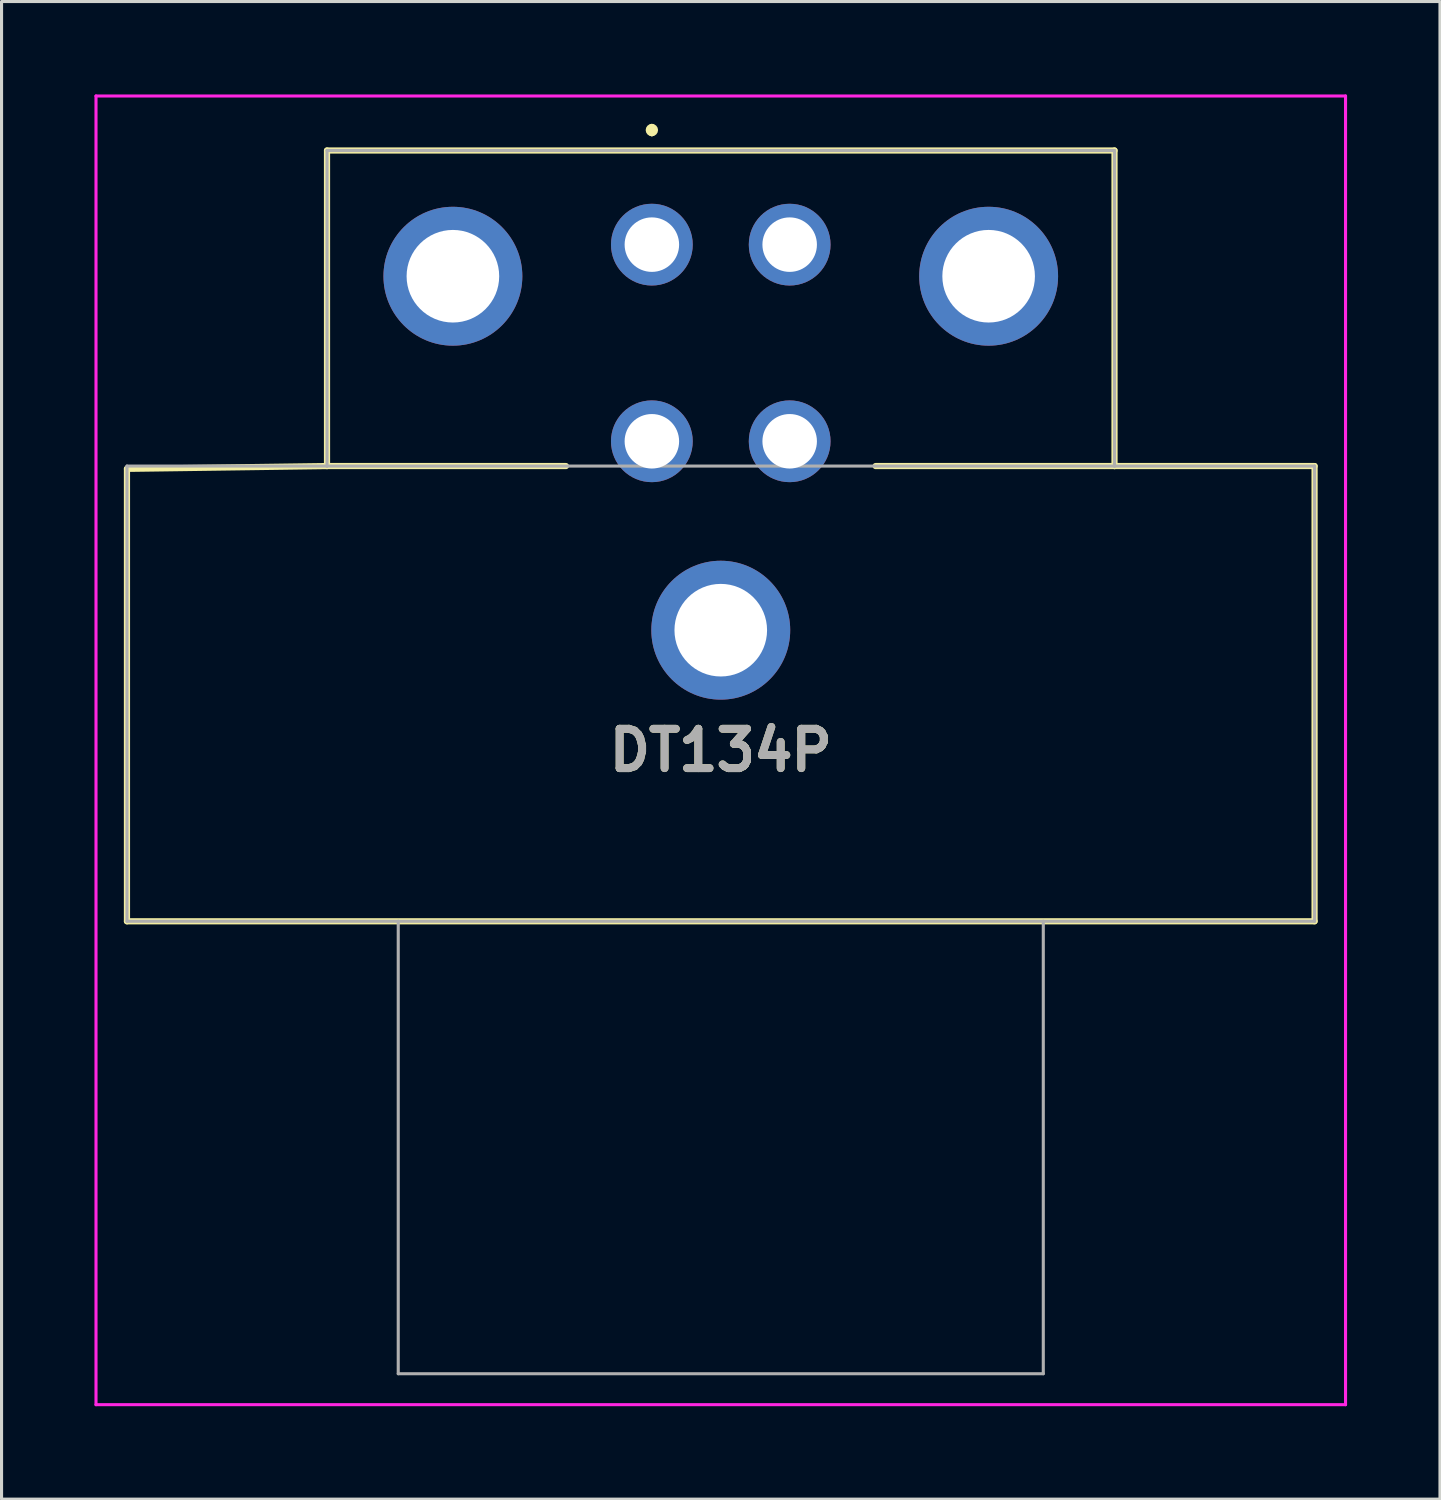
<source format=kicad_pcb>
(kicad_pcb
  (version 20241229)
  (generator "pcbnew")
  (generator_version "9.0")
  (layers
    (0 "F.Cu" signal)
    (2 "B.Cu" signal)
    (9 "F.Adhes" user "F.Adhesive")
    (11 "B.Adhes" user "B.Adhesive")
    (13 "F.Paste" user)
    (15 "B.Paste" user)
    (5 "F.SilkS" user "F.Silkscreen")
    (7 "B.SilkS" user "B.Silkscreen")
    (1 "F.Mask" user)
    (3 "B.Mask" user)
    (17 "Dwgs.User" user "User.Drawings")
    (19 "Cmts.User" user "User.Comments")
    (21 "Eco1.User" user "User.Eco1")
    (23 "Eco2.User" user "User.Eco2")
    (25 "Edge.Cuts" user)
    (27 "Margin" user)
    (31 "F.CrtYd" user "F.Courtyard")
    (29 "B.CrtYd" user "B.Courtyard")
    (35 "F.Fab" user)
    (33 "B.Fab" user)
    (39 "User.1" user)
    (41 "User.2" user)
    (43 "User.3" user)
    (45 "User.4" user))
  (footprint "DT134P"
    (layer "F.Cu")
    (at 18 4.85)
    (property "Reference" "DT134P" (at 2.225 16.33 0) (layer "F.SilkS") (effects (font (size 1.27 1.27) (thickness 0.254))))
    (attr through_hole)
    (fp_line (start -16.95 7.24) (end -16.95 21.85) (stroke (width 0.2) (type solid)) (layer "F.SilkS"))
    (fp_line (start -16.95 21.85) (end 21.4 21.85) (stroke (width 0.2) (type solid)) (layer "F.SilkS"))
    (fp_line (start -10.49 -3.04) (end 14.94 -3.04) (stroke (width 0.2) (type solid)) (layer "F.SilkS"))
    (fp_line (start -10.49 7.15) (end -16.95 7.24) (stroke (width 0.2) (type solid)) (layer "F.SilkS"))
    (fp_line (start -10.49 7.15) (end -10.49 -3.04) (stroke (width 0.2) (type solid)) (layer "F.SilkS"))
    (fp_line (start -2.775 7.15) (end -10.49 7.15) (stroke (width 0.2) (type solid)) (layer "F.SilkS"))
    (fp_line (start 0 -3.8) (end 0 -3.8) (stroke (width 0.2) (type solid)) (layer "F.SilkS"))
    (fp_line (start 0 -3.6) (end 0 -3.6) (stroke (width 0.2) (type solid)) (layer "F.SilkS"))
    (fp_line (start 14.94 -3.04) (end 14.94 7.15) (stroke (width 0.2) (type solid)) (layer "F.SilkS"))
    (fp_line (start 14.94 7.15) (end 7.225 7.15) (stroke (width 0.2) (type solid)) (layer "F.SilkS"))
    (fp_line (start 21.4 7.15) (end 14.94 7.15) (stroke (width 0.2) (type solid)) (layer "F.SilkS"))
    (fp_line (start 21.4 21.85) (end 21.4 7.15) (stroke (width 0.2) (type solid)) (layer "F.SilkS"))
    (fp_arc (start 0 -3.8) (mid 0.1 -3.7) (end 0 -3.6) (stroke (width 0.2) (type solid)) (layer "F.SilkS"))
    (fp_arc (start 0 -3.6) (mid -0.1 -3.7) (end 0 -3.8) (stroke (width 0.2) (type solid)) (layer "F.SilkS"))
    (fp_line (start -17.95 -4.8) (end 22.4 -4.8) (stroke (width 0.1) (type solid)) (layer "F.CrtYd"))
    (fp_line (start -17.95 37.46) (end -17.95 -4.8) (stroke (width 0.1) (type solid)) (layer "F.CrtYd"))
    (fp_line (start 22.4 -4.8) (end 22.4 37.46) (stroke (width 0.1) (type solid)) (layer "F.CrtYd"))
    (fp_line (start 22.4 37.46) (end -17.95 37.46) (stroke (width 0.1) (type solid)) (layer "F.CrtYd"))
    (fp_line (start -16.95 7.15) (end -16.95 21.85) (stroke (width 0.1) (type solid)) (layer "F.Fab"))
    (fp_line (start -16.95 21.85) (end 21.4 21.85) (stroke (width 0.1) (type solid)) (layer "F.Fab"))
    (fp_line (start -10.49 -3.04) (end 14.94 -3.04) (stroke (width 0.1) (type solid)) (layer "F.Fab"))
    (fp_line (start -10.49 7.15) (end -16.95 7.15) (stroke (width 0.1) (type solid)) (layer "F.Fab"))
    (fp_line (start -10.49 7.15) (end -10.49 -3.04) (stroke (width 0.1) (type solid)) (layer "F.Fab"))
    (fp_line (start -8.19 21.85) (end -8.19 36.46) (stroke (width 0.1) (type solid)) (layer "F.Fab"))
    (fp_line (start -8.19 36.46) (end 12.64 36.46) (stroke (width 0.1) (type solid)) (layer "F.Fab"))
    (fp_line (start 12.64 36.46) (end 12.64 21.85) (stroke (width 0.1) (type solid)) (layer "F.Fab"))
    (fp_line (start 14.94 -3.04) (end 14.94 7.15) (stroke (width 0.1) (type solid)) (layer "F.Fab"))
    (fp_line (start 14.94 7.15) (end -10.49 7.15) (stroke (width 0.1) (type solid)) (layer "F.Fab"))
    (fp_line (start 21.4 7.15) (end 14.94 7.15) (stroke (width 0.1) (type solid)) (layer "F.Fab"))
    (fp_line (start 21.4 21.85) (end 21.4 7.15) (stroke (width 0.1) (type solid)) (layer "F.Fab"))
    (fp_text user "${REFERENCE}" (at 2.225 16.33 0) (layer "F.Fab") (effects (font (size 1.27 1.27) (thickness 0.254))))
    (pad "1" thru_hole circle (at 0 0) (size 2.64 2.64) (drill 1.76) (layers "*.Cu" "*.Mask"))
    (pad "2" thru_hole circle (at 4.45 0) (size 2.64 2.64) (drill 1.76) (layers "*.Cu" "*.Mask"))
    (pad "3" thru_hole circle (at 4.45 6.35) (size 2.64 2.64) (drill 1.76) (layers "*.Cu" "*.Mask"))
    (pad "4" thru_hole circle (at 0 6.35) (size 2.64 2.64) (drill 1.76) (layers "*.Cu" "*.Mask"))
    (pad "MH1" thru_hole circle (at -6.425 1.02) (size 4.485 4.485) (drill 2.99) (layers "*.Cu" "*.Mask"))
    (pad "MH2" thru_hole circle (at 10.875 1.02) (size 4.485 4.485) (drill 2.99) (layers "*.Cu" "*.Mask"))
    (pad "MH3" thru_hole circle (at 2.225 12.45) (size 4.485 4.485) (drill 2.99) (layers "*.Cu" "*.Mask")))
  (gr_rect
    (start -3 -3)
    (end 43.45 45.36)
    (stroke (width 0.1) (type default))
    (fill no)
    (layer "Edge.Cuts")))
</source>
